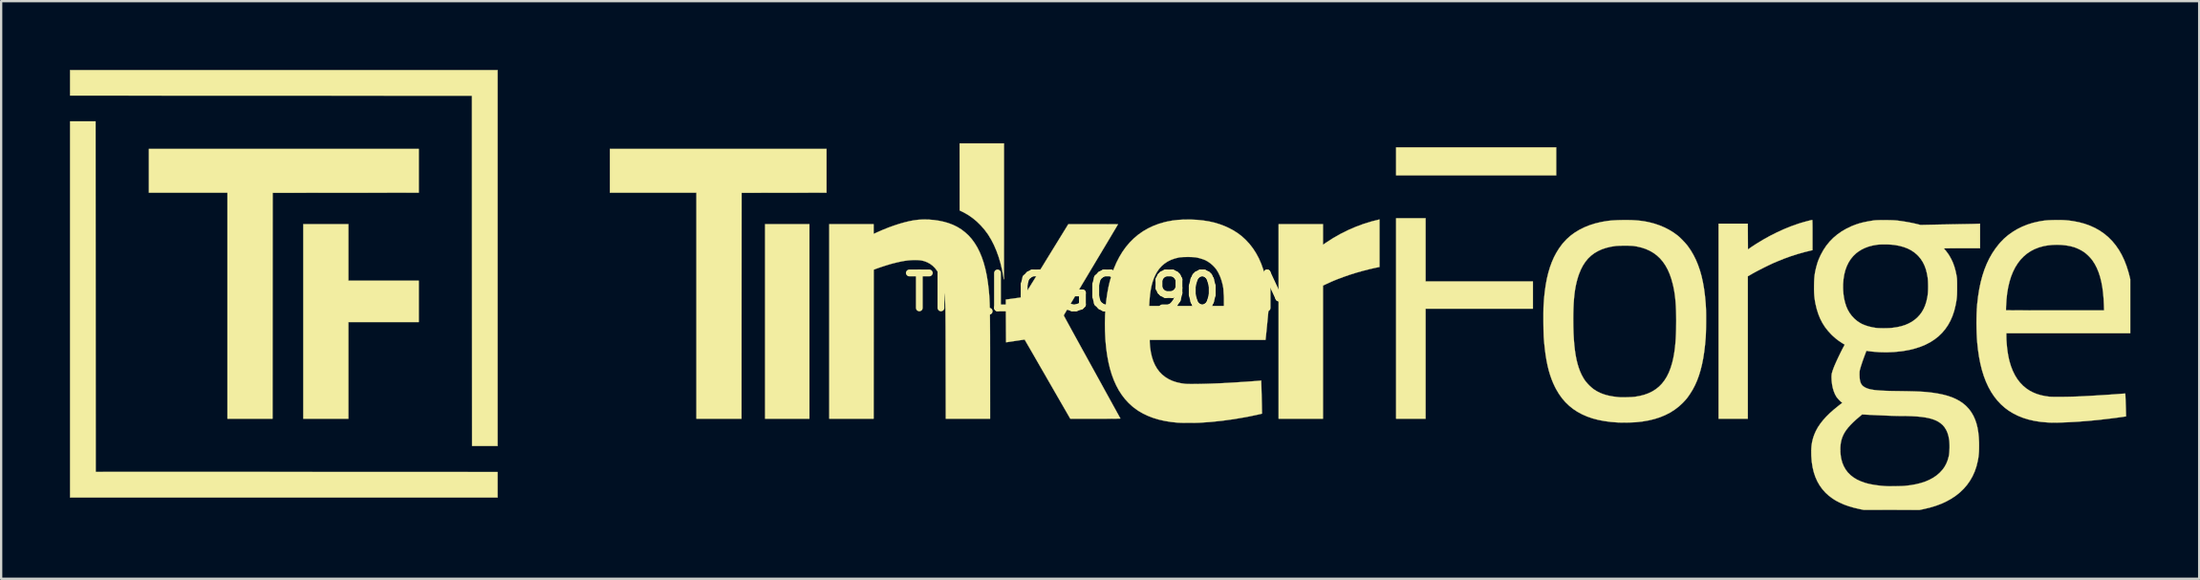
<source format=kicad_pcb>
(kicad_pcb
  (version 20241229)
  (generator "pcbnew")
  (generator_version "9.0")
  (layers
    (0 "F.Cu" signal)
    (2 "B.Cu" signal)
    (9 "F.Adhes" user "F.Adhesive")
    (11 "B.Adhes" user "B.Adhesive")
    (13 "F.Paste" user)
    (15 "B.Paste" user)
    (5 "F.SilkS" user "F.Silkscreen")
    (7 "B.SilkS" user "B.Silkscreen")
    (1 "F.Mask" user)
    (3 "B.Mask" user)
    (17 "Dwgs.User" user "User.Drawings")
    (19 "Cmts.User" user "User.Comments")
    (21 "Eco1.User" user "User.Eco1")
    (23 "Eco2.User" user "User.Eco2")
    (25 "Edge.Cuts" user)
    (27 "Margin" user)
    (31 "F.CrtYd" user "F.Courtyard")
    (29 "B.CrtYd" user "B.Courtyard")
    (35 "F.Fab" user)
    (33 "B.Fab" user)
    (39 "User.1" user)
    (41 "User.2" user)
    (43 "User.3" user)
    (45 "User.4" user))
  (footprint "TF_LOGO_90MM"
    (layer "F.Cu")
    (at 45.022 9.689)
    (property "Reference" "TF_LOGO_90MM" (at 0 0 0) (layer "F.SilkS") (effects (font (size 1.524 1.524) (thickness 0.3))))
    (attr through_hole)
    (fp_poly (pts (xy -12.776 5.523) (xy -14.71 5.523) (xy -14.71 -2.962) (xy -12.776 -2.962) (xy -12.776 5.523)) (stroke (width 0.01) (type solid)) (fill yes) (layer "F.SilkS"))
    (fp_poly (pts (xy 19.79 -5.091) (xy 12.808 -5.091) (xy 12.808 -6.312) (xy 19.79 -6.312) (xy 19.79 -5.091)) (stroke (width 0.01) (type solid)) (fill yes) (layer "F.SilkS"))
    (fp_poly (pts (xy -43.901 0.197) (xy -43.899 7.842) (xy -35.136 7.844) (xy -26.373 7.847) (xy -26.373 8.96) (xy -45.017 8.96) (xy -45.017 -7.447) (xy -43.904 -7.447) (xy -43.901 0.197)) (stroke (width 0.01) (type solid)) (fill yes) (layer "F.SilkS"))
    (fp_poly (pts (xy -32.879 -0.497) (xy -29.81 -0.497) (xy -29.81 1.308) (xy -32.879 1.308) (xy -32.879 5.523) (xy -34.847 5.523) (xy -34.847 -2.962) (xy -32.879 -2.962) (xy -32.879 -0.497)) (stroke (width 0.01) (type solid)) (fill yes) (layer "F.SilkS"))
    (fp_poly (pts (xy -26.373 6.712) (xy -27.486 6.712) (xy -27.489 -0.927) (xy -27.491 -8.566) (xy -36.254 -8.568) (xy -45.017 -8.571) (xy -45.017 -9.684) (xy -26.373 -9.684) (xy -26.373 6.712)) (stroke (width 0.01) (type solid)) (fill yes) (layer "F.SilkS"))
    (fp_poly (pts (xy 14.094 -0.465) (xy 18.774 -0.465) (xy 18.774 0.724) (xy 14.094 0.724) (xy 14.094 5.523) (xy 12.808 5.523) (xy 12.808 -3.221) (xy 14.094 -3.221) (xy 14.094 -0.465)) (stroke (width 0.01) (type solid)) (fill yes) (layer "F.SilkS"))
    (fp_poly (pts (xy -29.81 -4.334) (xy -32.996 -4.332) (xy -36.181 -4.329) (xy -36.184 0.597) (xy -36.187 5.523) (xy -38.154 5.523) (xy -38.154 -4.334) (xy -41.58 -4.334) (xy -41.58 -6.247) (xy -29.81 -6.247) (xy -29.81 -4.334)) (stroke (width 0.01) (type solid)) (fill yes) (layer "F.SilkS"))
    (fp_poly (pts (xy -12.03 -4.334) (xy -13.881 -4.332) (xy -15.732 -4.329) (xy -15.735 0.597) (xy -15.737 5.523) (xy -17.704 5.523) (xy -17.704 -4.334) (xy -21.477 -4.334) (xy -21.477 -6.247) (xy -12.03 -6.247) (xy -12.03 -4.334)) (stroke (width 0.01) (type solid)) (fill yes) (layer "F.SilkS"))
    (fp_poly (pts (xy 12.084 -1.095) (xy 11.914 -1.06) (xy 11.634 -0.997) (xy 11.35 -0.924) (xy 11.065 -0.843) (xy 10.784 -0.755) (xy 10.51 -0.66) (xy 10.246 -0.561) (xy 9.997 -0.458) (xy 9.774 -0.356) (xy 9.62 -0.283) (xy 9.62 5.523) (xy 7.685 5.523) (xy 7.685 -2.962) (xy 9.62 -2.962) (xy 9.62 -2.064) (xy 9.752 -2.155) (xy 10.06 -2.354) (xy 10.38 -2.536) (xy 10.711 -2.701) (xy 11.049 -2.847) (xy 11.393 -2.975) (xy 11.742 -3.082) (xy 12.06 -3.162) (xy 12.084 -3.167) (xy 12.084 -1.095)) (stroke (width 0.01) (type solid)) (fill yes) (layer "F.SilkS"))
    (fp_poly (pts (xy -4.291 -3.518) (xy -4.291 -3.266) (xy -4.291 -3.02) (xy -4.291 -2.781) (xy -4.291 -2.549) (xy -4.291 -2.325) (xy -4.291 -2.11) (xy -4.292 -1.906) (xy -4.292 -1.712) (xy -4.292 -1.53) (xy -4.292 -1.361) (xy -4.292 -1.205) (xy -4.293 -1.064) (xy -4.293 -0.938) (xy -4.293 -0.828) (xy -4.293 -0.735) (xy -4.294 -0.66) (xy -4.294 -0.604) (xy -4.294 -0.568) (xy -4.295 -0.552) (xy -4.295 -0.551) (xy -4.298 -0.561) (xy -4.304 -0.588) (xy -4.311 -0.628) (xy -4.317 -0.667) (xy -4.374 -0.971) (xy -4.443 -1.261) (xy -4.525 -1.539) (xy -4.62 -1.801) (xy -4.726 -2.048) (xy -4.843 -2.278) (xy -4.972 -2.491) (xy -4.997 -2.529) (xy -5.14 -2.721) (xy -5.297 -2.901) (xy -5.465 -3.067) (xy -5.644 -3.217) (xy -5.831 -3.35) (xy -6.025 -3.463) (xy -6.087 -3.494) (xy -6.224 -3.561) (xy -6.226 -6.485) (xy -4.291 -6.485) (xy -4.291 -3.518)) (stroke (width 0.01) (type solid)) (fill yes) (layer "F.SilkS"))
    (fp_poly (pts (xy 30.955 -3.142) (xy 30.958 -3.13) (xy 30.96 -3.109) (xy 30.962 -3.076) (xy 30.963 -3.032) (xy 30.964 -2.973) (xy 30.965 -2.9) (xy 30.966 -2.809) (xy 30.966 -2.701) (xy 30.966 -2.574) (xy 30.966 -2.487) (xy 30.966 -1.829) (xy 30.91 -1.816) (xy 30.602 -1.74) (xy 30.304 -1.656) (xy 30.01 -1.561) (xy 29.716 -1.454) (xy 29.415 -1.332) (xy 29.269 -1.27) (xy 29.191 -1.234) (xy 29.1 -1.191) (xy 28.998 -1.142) (xy 28.89 -1.089) (xy 28.779 -1.033) (xy 28.669 -0.977) (xy 28.564 -0.923) (xy 28.467 -0.871) (xy 28.383 -0.825) (xy 28.314 -0.786) (xy 28.31 -0.784) (xy 28.145 -0.688) (xy 28.145 5.523) (xy 26.87 5.523) (xy 26.87 -2.983) (xy 28.145 -2.983) (xy 28.148 -2.421) (xy 28.151 -1.859) (xy 28.243 -1.925) (xy 28.282 -1.952) (xy 28.335 -1.987) (xy 28.396 -2.028) (xy 28.461 -2.07) (xy 28.518 -2.107) (xy 28.812 -2.285) (xy 29.112 -2.452) (xy 29.416 -2.605) (xy 29.721 -2.744) (xy 30.023 -2.867) (xy 30.319 -2.972) (xy 30.437 -3.01) (xy 30.496 -3.027) (xy 30.562 -3.046) (xy 30.632 -3.066) (xy 30.703 -3.085) (xy 30.771 -3.103) (xy 30.834 -3.119) (xy 30.886 -3.132) (xy 30.926 -3.141) (xy 30.95 -3.145) (xy 30.952 -3.145) (xy 30.955 -3.142)) (stroke (width 0.01) (type solid)) (fill yes) (layer "F.SilkS"))
    (fp_poly (pts (xy -7.571 -3.162) (xy -7.342 -3.143) (xy -7.117 -3.11) (xy -6.899 -3.063) (xy -6.712 -3.008) (xy -6.512 -2.932) (xy -6.324 -2.84) (xy -6.149 -2.732) (xy -5.986 -2.607) (xy -5.834 -2.467) (xy -5.695 -2.31) (xy -5.568 -2.136) (xy -5.452 -1.945) (xy -5.348 -1.736) (xy -5.255 -1.511) (xy -5.173 -1.267) (xy -5.103 -1.006) (xy -5.043 -0.726) (xy -4.995 -0.428) (xy -4.957 -0.111) (xy -4.957 -0.108) (xy -4.95 -0.043) (xy -4.945 0.021) (xy -4.939 0.086) (xy -4.934 0.152) (xy -4.93 0.22) (xy -4.925 0.292) (xy -4.922 0.368) (xy -4.918 0.449) (xy -4.915 0.536) (xy -4.912 0.63) (xy -4.91 0.732) (xy -4.907 0.843) (xy -4.905 0.964) (xy -4.904 1.095) (xy -4.902 1.238) (xy -4.901 1.394) (xy -4.9 1.564) (xy -4.899 1.748) (xy -4.898 1.947) (xy -4.898 2.163) (xy -4.897 2.397) (xy -4.897 2.648) (xy -4.897 2.919) (xy -4.897 3.21) (xy -4.897 3.37) (xy -4.896 5.523) (xy -6.829 5.523) (xy -6.834 3.072) (xy -6.835 2.796) (xy -6.835 2.539) (xy -6.836 2.303) (xy -6.836 2.086) (xy -6.837 1.886) (xy -6.837 1.703) (xy -6.838 1.536) (xy -6.839 1.385) (xy -6.84 1.247) (xy -6.841 1.122) (xy -6.842 1.01) (xy -6.843 0.909) (xy -6.844 0.818) (xy -6.845 0.737) (xy -6.847 0.664) (xy -6.849 0.599) (xy -6.851 0.54) (xy -6.853 0.487) (xy -6.856 0.438) (xy -6.858 0.394) (xy -6.861 0.352) (xy -6.865 0.312) (xy -6.868 0.273) (xy -6.872 0.234) (xy -6.876 0.194) (xy -6.88 0.157) (xy -6.911 -0.071) (xy -6.951 -0.28) (xy -7 -0.47) (xy -7.06 -0.642) (xy -7.13 -0.795) (xy -7.21 -0.93) (xy -7.3 -1.048) (xy -7.401 -1.148) (xy -7.513 -1.232) (xy -7.636 -1.299) (xy -7.734 -1.338) (xy -7.817 -1.363) (xy -7.902 -1.381) (xy -7.994 -1.392) (xy -8.098 -1.398) (xy -8.177 -1.399) (xy -8.317 -1.395) (xy -8.462 -1.383) (xy -8.615 -1.363) (xy -8.778 -1.334) (xy -8.953 -1.295) (xy -9.144 -1.248) (xy -9.207 -1.231) (xy -9.267 -1.214) (xy -9.341 -1.191) (xy -9.426 -1.165) (xy -9.517 -1.136) (xy -9.609 -1.106) (xy -9.698 -1.076) (xy -9.78 -1.048) (xy -9.85 -1.023) (xy -9.904 -1.003) (xy -9.906 -1.002) (xy -9.971 -0.977) (xy -9.976 5.523) (xy -11.911 5.523) (xy -11.911 -2.962) (xy -9.976 -2.962) (xy -9.976 -2.751) (xy -9.976 -2.686) (xy -9.975 -2.629) (xy -9.975 -2.584) (xy -9.973 -2.553) (xy -9.972 -2.54) (xy -9.972 -2.54) (xy -9.961 -2.544) (xy -9.934 -2.556) (xy -9.895 -2.574) (xy -9.846 -2.596) (xy -9.813 -2.611) (xy -9.577 -2.715) (xy -9.338 -2.811) (xy -9.1 -2.897) (xy -8.865 -2.974) (xy -8.637 -3.039) (xy -8.419 -3.092) (xy -8.231 -3.128) (xy -8.019 -3.155) (xy -7.798 -3.166) (xy -7.571 -3.162)) (stroke (width 0.01) (type solid)) (fill yes) (layer "F.SilkS"))
    (fp_poly (pts (xy -0.252 -2.961) (xy -0.107 -2.961) (xy 0.03 -2.961) (xy 0.158 -2.961) (xy 0.276 -2.96) (xy 0.381 -2.96) (xy 0.473 -2.959) (xy 0.55 -2.959) (xy 0.61 -2.958) (xy 0.653 -2.957) (xy 0.677 -2.957) (xy 0.681 -2.956) (xy 0.675 -2.946) (xy 0.659 -2.919) (xy 0.633 -2.875) (xy 0.598 -2.815) (xy 0.553 -2.739) (xy 0.499 -2.65) (xy 0.438 -2.547) (xy 0.369 -2.431) (xy 0.293 -2.304) (xy 0.211 -2.166) (xy 0.122 -2.017) (xy 0.028 -1.86) (xy -0.071 -1.694) (xy -0.175 -1.521) (xy -0.282 -1.342) (xy -0.393 -1.156) (xy -0.503 -0.973) (xy -0.616 -0.783) (xy -0.727 -0.597) (xy -0.835 -0.418) (xy -0.938 -0.244) (xy -1.037 -0.079) (xy -1.131 0.079) (xy -1.219 0.227) (xy -1.301 0.365) (xy -1.377 0.492) (xy -1.446 0.608) (xy -1.507 0.711) (xy -1.56 0.8) (xy -1.604 0.876) (xy -1.64 0.936) (xy -1.665 0.98) (xy -1.681 1.007) (xy -1.686 1.017) (xy -1.681 1.027) (xy -1.666 1.056) (xy -1.642 1.101) (xy -1.609 1.162) (xy -1.568 1.238) (xy -1.519 1.327) (xy -1.464 1.428) (xy -1.402 1.541) (xy -1.335 1.665) (xy -1.262 1.797) (xy -1.185 1.938) (xy -1.104 2.085) (xy -1.019 2.239) (xy -0.95 2.365) (xy -0.852 2.543) (xy -0.749 2.729) (xy -0.644 2.92) (xy -0.537 3.115) (xy -0.429 3.31) (xy -0.322 3.504) (xy -0.217 3.695) (xy -0.115 3.88) (xy -0.018 4.056) (xy 0.073 4.222) (xy 0.158 4.376) (xy 0.234 4.514) (xy 0.284 4.604) (xy 0.355 4.734) (xy 0.423 4.857) (xy 0.488 4.975) (xy 0.548 5.084) (xy 0.603 5.183) (xy 0.652 5.273) (xy 0.695 5.35) (xy 0.73 5.414) (xy 0.757 5.464) (xy 0.776 5.497) (xy 0.785 5.514) (xy 0.786 5.515) (xy 0.776 5.516) (xy 0.746 5.517) (xy 0.697 5.518) (xy 0.631 5.519) (xy 0.548 5.52) (xy 0.452 5.521) (xy 0.342 5.522) (xy 0.221 5.522) (xy 0.09 5.523) (xy -0.05 5.523) (xy -0.198 5.523) (xy -0.305 5.523) (xy -1.4 5.523) (xy -2.393 3.8) (xy -2.495 3.621) (xy -2.595 3.448) (xy -2.692 3.281) (xy -2.784 3.121) (xy -2.872 2.968) (xy -2.955 2.824) (xy -3.032 2.69) (xy -3.103 2.567) (xy -3.168 2.455) (xy -3.225 2.356) (xy -3.275 2.27) (xy -3.317 2.198) (xy -3.349 2.142) (xy -3.373 2.101) (xy -3.386 2.078) (xy -3.389 2.072) (xy -3.401 2.073) (xy -3.431 2.077) (xy -3.478 2.083) (xy -3.539 2.092) (xy -3.612 2.102) (xy -3.694 2.115) (xy -3.784 2.128) (xy -3.796 2.13) (xy -3.887 2.144) (xy -3.97 2.156) (xy -4.044 2.167) (xy -4.107 2.177) (xy -4.155 2.184) (xy -4.187 2.188) (xy -4.2 2.19) (xy -4.201 2.19) (xy -4.201 2.179) (xy -4.201 2.148) (xy -4.202 2.099) (xy -4.202 2.033) (xy -4.203 1.951) (xy -4.203 1.856) (xy -4.204 1.748) (xy -4.205 1.63) (xy -4.205 1.503) (xy -4.206 1.368) (xy -4.207 1.258) (xy -4.211 0.327) (xy -3.843 0.276) (xy -3.756 0.264) (xy -3.675 0.253) (xy -3.603 0.242) (xy -3.542 0.234) (xy -3.496 0.227) (xy -3.467 0.222) (xy -3.457 0.22) (xy -3.45 0.211) (xy -3.431 0.184) (xy -3.403 0.14) (xy -3.365 0.081) (xy -3.318 0.007) (xy -3.263 -0.081) (xy -3.2 -0.181) (xy -3.13 -0.293) (xy -3.054 -0.416) (xy -2.971 -0.549) (xy -2.883 -0.691) (xy -2.79 -0.841) (xy -2.693 -0.999) (xy -2.592 -1.162) (xy -2.489 -1.331) (xy -2.463 -1.373) (xy -1.486 -2.961) (xy -0.403 -2.961) (xy -0.252 -2.961)) (stroke (width 0.01) (type solid)) (fill yes) (layer "F.SilkS"))
    (fp_poly (pts (xy 3.848 -3.163) (xy 4.128 -3.15) (xy 4.393 -3.123) (xy 4.643 -3.084) (xy 4.882 -3.03) (xy 5.109 -2.962) (xy 5.328 -2.88) (xy 5.518 -2.794) (xy 5.715 -2.689) (xy 5.896 -2.574) (xy 6.064 -2.447) (xy 6.222 -2.305) (xy 6.258 -2.27) (xy 6.421 -2.093) (xy 6.568 -1.902) (xy 6.701 -1.696) (xy 6.82 -1.476) (xy 6.924 -1.24) (xy 7.013 -0.99) (xy 7.089 -0.724) (xy 7.15 -0.443) (xy 7.196 -0.145) (xy 7.229 0.168) (xy 7.247 0.486) (xy 7.249 0.528) (xy 7.25 0.566) (xy 7.25 0.603) (xy 7.25 0.64) (xy 7.248 0.68) (xy 7.246 0.725) (xy 7.243 0.776) (xy 7.238 0.837) (xy 7.232 0.908) (xy 7.224 0.993) (xy 7.215 1.092) (xy 7.203 1.209) (xy 7.19 1.344) (xy 7.188 1.362) (xy 7.177 1.481) (xy 7.165 1.594) (xy 7.155 1.7) (xy 7.145 1.795) (xy 7.137 1.879) (xy 7.129 1.95) (xy 7.123 2.005) (xy 7.119 2.042) (xy 7.117 2.061) (xy 7.117 2.062) (xy 7.112 2.086) (xy 2.064 2.086) (xy 2.065 2.17) (xy 2.066 2.213) (xy 2.069 2.271) (xy 2.074 2.336) (xy 2.08 2.4) (xy 2.08 2.402) (xy 2.112 2.621) (xy 2.158 2.824) (xy 2.218 3.01) (xy 2.293 3.181) (xy 2.383 3.336) (xy 2.487 3.475) (xy 2.606 3.598) (xy 2.739 3.705) (xy 2.887 3.796) (xy 3.05 3.872) (xy 3.228 3.931) (xy 3.42 3.975) (xy 3.594 4) (xy 3.653 4.005) (xy 3.731 4.008) (xy 3.828 4.01) (xy 3.942 4.01) (xy 4.069 4.009) (xy 4.21 4.007) (xy 4.362 4.004) (xy 4.523 4) (xy 4.692 3.995) (xy 4.867 3.988) (xy 5.047 3.981) (xy 5.228 3.973) (xy 5.411 3.963) (xy 5.545 3.956) (xy 5.641 3.95) (xy 5.747 3.944) (xy 5.859 3.937) (xy 5.975 3.929) (xy 6.093 3.921) (xy 6.211 3.914) (xy 6.327 3.906) (xy 6.437 3.898) (xy 6.541 3.891) (xy 6.635 3.884) (xy 6.718 3.878) (xy 6.787 3.872) (xy 6.839 3.868) (xy 6.874 3.865) (xy 6.881 3.864) (xy 6.925 3.858) (xy 6.932 4.072) (xy 6.935 4.152) (xy 6.937 4.242) (xy 6.94 4.34) (xy 6.943 4.443) (xy 6.945 4.549) (xy 6.948 4.656) (xy 6.95 4.762) (xy 6.953 4.865) (xy 6.955 4.961) (xy 6.956 5.05) (xy 6.958 5.129) (xy 6.959 5.196) (xy 6.959 5.248) (xy 6.96 5.284) (xy 6.959 5.3) (xy 6.959 5.301) (xy 6.947 5.306) (xy 6.916 5.313) (xy 6.87 5.324) (xy 6.811 5.337) (xy 6.742 5.353) (xy 6.666 5.369) (xy 6.586 5.386) (xy 6.504 5.403) (xy 6.423 5.42) (xy 6.347 5.435) (xy 6.278 5.448) (xy 6.231 5.457) (xy 5.72 5.544) (xy 5.222 5.612) (xy 4.735 5.663) (xy 4.264 5.696) (xy 4.187 5.699) (xy 4.095 5.702) (xy 3.994 5.704) (xy 3.885 5.705) (xy 3.775 5.705) (xy 3.665 5.705) (xy 3.56 5.704) (xy 3.464 5.702) (xy 3.38 5.699) (xy 3.313 5.696) (xy 3.291 5.695) (xy 2.997 5.665) (xy 2.719 5.62) (xy 2.457 5.56) (xy 2.21 5.486) (xy 1.978 5.396) (xy 1.761 5.292) (xy 1.558 5.173) (xy 1.371 5.038) (xy 1.308 4.987) (xy 1.141 4.833) (xy 0.987 4.666) (xy 0.847 4.483) (xy 0.718 4.285) (xy 0.603 4.071) (xy 0.5 3.841) (xy 0.409 3.595) (xy 0.33 3.332) (xy 0.264 3.053) (xy 0.209 2.756) (xy 0.166 2.441) (xy 0.135 2.109) (xy 0.13 2.037) (xy 0.114 1.696) (xy 0.11 1.357) (xy 0.117 1.023) (xy 0.137 0.696) (xy 0.146 0.605) (xy 2.04 0.605) (xy 5.332 0.605) (xy 5.325 0.376) (xy 5.312 0.128) (xy 5.286 -0.102) (xy 5.247 -0.315) (xy 5.195 -0.511) (xy 5.13 -0.69) (xy 5.052 -0.853) (xy 4.98 -0.973) (xy 4.905 -1.069) (xy 4.814 -1.164) (xy 4.713 -1.251) (xy 4.605 -1.327) (xy 4.498 -1.387) (xy 4.483 -1.394) (xy 4.413 -1.422) (xy 4.329 -1.45) (xy 4.239 -1.477) (xy 4.15 -1.499) (xy 4.096 -1.51) (xy 4.04 -1.518) (xy 3.966 -1.524) (xy 3.881 -1.528) (xy 3.788 -1.53) (xy 3.691 -1.53) (xy 3.596 -1.529) (xy 3.507 -1.526) (xy 3.428 -1.52) (xy 3.365 -1.514) (xy 3.343 -1.51) (xy 3.162 -1.466) (xy 2.995 -1.407) (xy 2.844 -1.332) (xy 2.706 -1.24) (xy 2.582 -1.132) (xy 2.471 -1.008) (xy 2.374 -0.866) (xy 2.311 -0.752) (xy 2.245 -0.607) (xy 2.19 -0.449) (xy 2.143 -0.277) (xy 2.106 -0.09) (xy 2.076 0.114) (xy 2.056 0.336) (xy 2.048 0.462) (xy 2.04 0.605) (xy 0.146 0.605) (xy 0.168 0.378) (xy 0.211 0.073) (xy 0.265 -0.219) (xy 0.319 -0.45) (xy 0.403 -0.745) (xy 0.502 -1.024) (xy 0.613 -1.286) (xy 0.739 -1.531) (xy 0.877 -1.76) (xy 1.029 -1.971) (xy 1.194 -2.166) (xy 1.373 -2.344) (xy 1.564 -2.505) (xy 1.769 -2.649) (xy 1.986 -2.775) (xy 2.216 -2.885) (xy 2.459 -2.977) (xy 2.715 -3.051) (xy 2.81 -3.073) (xy 3.046 -3.118) (xy 3.292 -3.147) (xy 3.551 -3.163) (xy 3.824 -3.164) (xy 3.848 -3.163)) (stroke (width 0.01) (type solid)) (fill yes) (layer "F.SilkS"))
    (fp_poly (pts (xy 41.801 -3.143) (xy 41.917 -3.139) (xy 42.026 -3.132) (xy 42.134 -3.122) (xy 42.245 -3.107) (xy 42.324 -3.096) (xy 42.586 -3.046) (xy 42.834 -2.979) (xy 43.068 -2.895) (xy 43.289 -2.794) (xy 43.496 -2.677) (xy 43.69 -2.542) (xy 43.87 -2.391) (xy 44.036 -2.224) (xy 44.188 -2.04) (xy 44.327 -1.839) (xy 44.452 -1.621) (xy 44.563 -1.387) (xy 44.66 -1.136) (xy 44.744 -0.869) (xy 44.774 -0.755) (xy 44.823 -0.56) (xy 44.823 1.794) (xy 39.419 1.794) (xy 39.419 1.907) (xy 39.422 2.074) (xy 39.434 2.25) (xy 39.451 2.431) (xy 39.474 2.609) (xy 39.503 2.781) (xy 39.536 2.939) (xy 39.553 3.01) (xy 39.62 3.232) (xy 39.7 3.437) (xy 39.792 3.624) (xy 39.898 3.795) (xy 40.017 3.948) (xy 40.149 4.086) (xy 40.295 4.207) (xy 40.429 4.296) (xy 40.579 4.375) (xy 40.744 4.443) (xy 40.923 4.497) (xy 41.114 4.537) (xy 41.294 4.562) (xy 41.338 4.565) (xy 41.4 4.567) (xy 41.479 4.569) (xy 41.572 4.57) (xy 41.676 4.57) (xy 41.789 4.57) (xy 41.907 4.569) (xy 42.029 4.567) (xy 42.151 4.565) (xy 42.272 4.562) (xy 42.388 4.559) (xy 42.497 4.555) (xy 42.596 4.551) (xy 42.607 4.551) (xy 42.856 4.538) (xy 43.11 4.524) (xy 43.366 4.509) (xy 43.618 4.494) (xy 43.862 4.478) (xy 44.094 4.462) (xy 44.31 4.446) (xy 44.347 4.443) (xy 44.419 4.437) (xy 44.483 4.433) (xy 44.537 4.429) (xy 44.577 4.427) (xy 44.6 4.426) (xy 44.605 4.427) (xy 44.606 4.438) (xy 44.608 4.468) (xy 44.611 4.515) (xy 44.613 4.575) (xy 44.616 4.647) (xy 44.619 4.727) (xy 44.622 4.812) (xy 44.625 4.902) (xy 44.628 4.991) (xy 44.631 5.079) (xy 44.633 5.162) (xy 44.635 5.238) (xy 44.637 5.304) (xy 44.638 5.357) (xy 44.639 5.396) (xy 44.639 5.416) (xy 44.638 5.419) (xy 44.626 5.422) (xy 44.594 5.428) (xy 44.546 5.435) (xy 44.483 5.445) (xy 44.407 5.455) (xy 44.322 5.467) (xy 44.228 5.48) (xy 44.129 5.493) (xy 44.027 5.506) (xy 43.937 5.517) (xy 43.448 5.574) (xy 42.977 5.619) (xy 42.521 5.654) (xy 42.079 5.678) (xy 41.899 5.685) (xy 41.777 5.689) (xy 41.673 5.692) (xy 41.582 5.693) (xy 41.503 5.694) (xy 41.429 5.693) (xy 41.358 5.692) (xy 41.287 5.689) (xy 41.211 5.685) (xy 41.197 5.684) (xy 40.918 5.66) (xy 40.653 5.619) (xy 40.4 5.562) (xy 40.16 5.489) (xy 39.934 5.399) (xy 39.722 5.294) (xy 39.524 5.173) (xy 39.359 5.051) (xy 39.19 4.901) (xy 39.033 4.736) (xy 38.889 4.554) (xy 38.757 4.356) (xy 38.638 4.141) (xy 38.531 3.91) (xy 38.437 3.662) (xy 38.355 3.397) (xy 38.285 3.114) (xy 38.227 2.814) (xy 38.181 2.496) (xy 38.149 2.192) (xy 38.135 1.997) (xy 38.125 1.79) (xy 38.119 1.575) (xy 38.116 1.357) (xy 38.118 1.141) (xy 38.123 0.931) (xy 38.131 0.778) (xy 39.404 0.778) (xy 39.405 0.792) (xy 39.405 0.792) (xy 39.416 0.793) (xy 39.448 0.793) (xy 39.499 0.794) (xy 39.569 0.795) (xy 39.656 0.796) (xy 39.759 0.796) (xy 39.879 0.797) (xy 40.012 0.797) (xy 40.159 0.798) (xy 40.318 0.798) (xy 40.488 0.799) (xy 40.669 0.799) (xy 40.859 0.799) (xy 41.057 0.8) (xy 41.263 0.8) (xy 41.474 0.8) (xy 41.545 0.8) (xy 43.681 0.8) (xy 43.674 0.57) (xy 43.66 0.285) (xy 43.636 0.018) (xy 43.603 -0.23) (xy 43.559 -0.46) (xy 43.505 -0.674) (xy 43.44 -0.871) (xy 43.365 -1.052) (xy 43.279 -1.219) (xy 43.182 -1.37) (xy 43.166 -1.393) (xy 43.106 -1.467) (xy 43.034 -1.546) (xy 42.955 -1.623) (xy 42.875 -1.693) (xy 42.829 -1.729) (xy 42.759 -1.776) (xy 42.676 -1.825) (xy 42.585 -1.872) (xy 42.492 -1.914) (xy 42.406 -1.948) (xy 42.381 -1.957) (xy 42.207 -2.004) (xy 42.02 -2.037) (xy 41.825 -2.058) (xy 41.624 -2.065) (xy 41.424 -2.058) (xy 41.227 -2.037) (xy 41.041 -2.004) (xy 40.842 -1.949) (xy 40.656 -1.877) (xy 40.483 -1.787) (xy 40.322 -1.68) (xy 40.174 -1.555) (xy 40.038 -1.414) (xy 39.916 -1.255) (xy 39.806 -1.08) (xy 39.71 -0.888) (xy 39.626 -0.679) (xy 39.556 -0.454) (xy 39.499 -0.213) (xy 39.455 0.045) (xy 39.425 0.319) (xy 39.409 0.578) (xy 39.406 0.643) (xy 39.405 0.7) (xy 39.404 0.746) (xy 39.404 0.778) (xy 38.131 0.778) (xy 38.133 0.733) (xy 38.146 0.55) (xy 38.149 0.519) (xy 38.188 0.185) (xy 38.238 -0.131) (xy 38.301 -0.431) (xy 38.376 -0.714) (xy 38.464 -0.981) (xy 38.565 -1.234) (xy 38.679 -1.472) (xy 38.807 -1.696) (xy 38.949 -1.906) (xy 39.104 -2.104) (xy 39.154 -2.162) (xy 39.315 -2.328) (xy 39.493 -2.481) (xy 39.686 -2.62) (xy 39.891 -2.744) (xy 40.109 -2.852) (xy 40.337 -2.944) (xy 40.574 -3.019) (xy 40.791 -3.069) (xy 40.893 -3.089) (xy 40.986 -3.105) (xy 41.073 -3.117) (xy 41.161 -3.126) (xy 41.252 -3.133) (xy 41.354 -3.138) (xy 41.469 -3.141) (xy 41.53 -3.142) (xy 41.674 -3.144) (xy 41.801 -3.143)) (stroke (width 0.01) (type solid)) (fill yes) (layer "F.SilkS"))
    (fp_poly (pts (xy 23.089 -3.139) (xy 23.275 -3.128) (xy 23.45 -3.112) (xy 23.617 -3.089) (xy 23.779 -3.059) (xy 23.939 -3.021) (xy 24.061 -2.988) (xy 24.282 -2.915) (xy 24.498 -2.825) (xy 24.704 -2.721) (xy 24.898 -2.603) (xy 25.077 -2.473) (xy 25.092 -2.461) (xy 25.149 -2.412) (xy 25.216 -2.349) (xy 25.287 -2.279) (xy 25.358 -2.204) (xy 25.425 -2.131) (xy 25.484 -2.062) (xy 25.526 -2.01) (xy 25.656 -1.823) (xy 25.773 -1.624) (xy 25.879 -1.413) (xy 25.973 -1.188) (xy 26.056 -0.949) (xy 26.128 -0.695) (xy 26.188 -0.425) (xy 26.238 -0.139) (xy 26.277 0.165) (xy 26.307 0.486) (xy 26.32 0.703) (xy 26.323 0.783) (xy 26.325 0.881) (xy 26.327 0.992) (xy 26.327 1.114) (xy 26.327 1.242) (xy 26.326 1.373) (xy 26.324 1.502) (xy 26.322 1.627) (xy 26.319 1.744) (xy 26.315 1.849) (xy 26.311 1.938) (xy 26.308 1.983) (xy 26.28 2.304) (xy 26.244 2.606) (xy 26.2 2.889) (xy 26.147 3.154) (xy 26.085 3.403) (xy 26.014 3.637) (xy 25.934 3.855) (xy 25.844 4.059) (xy 25.744 4.25) (xy 25.634 4.428) (xy 25.632 4.431) (xy 25.57 4.522) (xy 25.514 4.6) (xy 25.458 4.67) (xy 25.398 4.738) (xy 25.33 4.81) (xy 25.311 4.83) (xy 25.142 4.987) (xy 24.958 5.128) (xy 24.761 5.254) (xy 24.548 5.363) (xy 24.321 5.457) (xy 24.08 5.535) (xy 23.823 5.597) (xy 23.552 5.644) (xy 23.281 5.674) (xy 23.197 5.679) (xy 23.097 5.684) (xy 22.987 5.687) (xy 22.87 5.69) (xy 22.754 5.691) (xy 22.643 5.69) (xy 22.543 5.688) (xy 22.459 5.685) (xy 22.457 5.685) (xy 22.161 5.662) (xy 21.881 5.624) (xy 21.617 5.573) (xy 21.369 5.507) (xy 21.136 5.426) (xy 20.918 5.331) (xy 20.715 5.221) (xy 20.527 5.097) (xy 20.352 4.956) (xy 20.191 4.801) (xy 20.044 4.63) (xy 19.91 4.443) (xy 19.789 4.24) (xy 19.738 4.142) (xy 19.658 3.973) (xy 19.587 3.797) (xy 19.523 3.612) (xy 19.465 3.417) (xy 19.414 3.21) (xy 19.369 2.989) (xy 19.33 2.753) (xy 19.297 2.5) (xy 19.268 2.229) (xy 19.249 2.005) (xy 19.245 1.94) (xy 19.242 1.857) (xy 19.239 1.759) (xy 19.236 1.649) (xy 19.234 1.529) (xy 19.232 1.404) (xy 19.231 1.277) (xy 19.231 1.202) (xy 20.533 1.202) (xy 20.533 1.205) (xy 20.536 1.51) (xy 20.544 1.794) (xy 20.559 2.06) (xy 20.579 2.307) (xy 20.605 2.537) (xy 20.637 2.751) (xy 20.675 2.949) (xy 20.721 3.133) (xy 20.773 3.303) (xy 20.831 3.46) (xy 20.897 3.606) (xy 20.971 3.741) (xy 21.024 3.826) (xy 21.083 3.906) (xy 21.155 3.99) (xy 21.235 4.074) (xy 21.32 4.152) (xy 21.403 4.221) (xy 21.463 4.263) (xy 21.579 4.334) (xy 21.699 4.394) (xy 21.826 4.445) (xy 21.961 4.488) (xy 22.108 4.524) (xy 22.269 4.553) (xy 22.447 4.576) (xy 22.568 4.587) (xy 22.611 4.589) (xy 22.671 4.59) (xy 22.744 4.59) (xy 22.826 4.588) (xy 22.911 4.586) (xy 22.995 4.582) (xy 23.075 4.579) (xy 23.145 4.574) (xy 23.202 4.569) (xy 23.227 4.566) (xy 23.438 4.529) (xy 23.634 4.478) (xy 23.816 4.412) (xy 23.983 4.331) (xy 24.136 4.234) (xy 24.275 4.122) (xy 24.401 3.993) (xy 24.514 3.847) (xy 24.615 3.685) (xy 24.704 3.505) (xy 24.78 3.308) (xy 24.846 3.092) (xy 24.892 2.9) (xy 24.922 2.743) (xy 24.948 2.581) (xy 24.97 2.41) (xy 24.988 2.23) (xy 25.002 2.038) (xy 25.012 1.832) (xy 25.019 1.61) (xy 25.022 1.369) (xy 25.023 1.248) (xy 25.021 1.014) (xy 25.016 0.798) (xy 25.007 0.599) (xy 24.994 0.414) (xy 24.977 0.24) (xy 24.956 0.074) (xy 24.93 -0.085) (xy 24.899 -0.24) (xy 24.876 -0.34) (xy 24.812 -0.574) (xy 24.737 -0.788) (xy 24.65 -0.985) (xy 24.551 -1.164) (xy 24.44 -1.326) (xy 24.316 -1.471) (xy 24.18 -1.598) (xy 24.03 -1.709) (xy 23.867 -1.803) (xy 23.691 -1.882) (xy 23.5 -1.944) (xy 23.296 -1.991) (xy 23.163 -2.012) (xy 23.111 -2.017) (xy 23.042 -2.021) (xy 22.959 -2.024) (xy 22.869 -2.026) (xy 22.773 -2.026) (xy 22.678 -2.025) (xy 22.587 -2.023) (xy 22.504 -2.02) (xy 22.434 -2.016) (xy 22.39 -2.012) (xy 22.171 -1.978) (xy 21.967 -1.929) (xy 21.78 -1.866) (xy 21.608 -1.788) (xy 21.45 -1.695) (xy 21.307 -1.586) (xy 21.177 -1.461) (xy 21.061 -1.319) (xy 20.957 -1.161) (xy 20.866 -0.985) (xy 20.787 -0.792) (xy 20.759 -0.713) (xy 20.713 -0.564) (xy 20.673 -0.411) (xy 20.638 -0.251) (xy 20.609 -0.083) (xy 20.585 0.095) (xy 20.566 0.285) (xy 20.551 0.489) (xy 20.541 0.709) (xy 20.535 0.946) (xy 20.533 1.202) (xy 19.231 1.202) (xy 19.231 1.149) (xy 19.231 1.026) (xy 19.231 0.909) (xy 19.233 0.803) (xy 19.234 0.709) (xy 19.237 0.632) (xy 19.238 0.611) (xy 19.26 0.284) (xy 19.292 -0.024) (xy 19.333 -0.314) (xy 19.384 -0.586) (xy 19.446 -0.843) (xy 19.517 -1.083) (xy 19.599 -1.308) (xy 19.692 -1.52) (xy 19.797 -1.718) (xy 19.912 -1.903) (xy 20.039 -2.077) (xy 20.09 -2.14) (xy 20.242 -2.304) (xy 20.41 -2.455) (xy 20.594 -2.591) (xy 20.793 -2.713) (xy 21.007 -2.821) (xy 21.235 -2.913) (xy 21.476 -2.99) (xy 21.73 -3.052) (xy 21.822 -3.069) (xy 21.932 -3.088) (xy 22.037 -3.104) (xy 22.14 -3.116) (xy 22.247 -3.125) (xy 22.362 -3.132) (xy 22.488 -3.138) (xy 22.631 -3.141) (xy 22.671 -3.142) (xy 22.889 -3.143) (xy 23.089 -3.139)) (stroke (width 0.01) (type solid)) (fill yes) (layer "F.SilkS"))
    (fp_poly (pts (xy 34.158 -3.14) (xy 34.264 -3.139) (xy 34.368 -3.137) (xy 34.465 -3.134) (xy 34.551 -3.129) (xy 34.623 -3.124) (xy 34.663 -3.12) (xy 34.842 -3.096) (xy 35.021 -3.068) (xy 35.196 -3.037) (xy 35.361 -3.004) (xy 35.512 -2.969) (xy 35.566 -2.956) (xy 35.672 -2.928) (xy 36.494 -2.945) (xy 36.636 -2.948) (xy 36.781 -2.95) (xy 36.925 -2.953) (xy 37.065 -2.956) (xy 37.199 -2.958) (xy 37.324 -2.961) (xy 37.438 -2.963) (xy 37.537 -2.965) (xy 37.619 -2.966) (xy 37.662 -2.967) (xy 37.754 -2.969) (xy 37.846 -2.97) (xy 37.933 -2.972) (xy 38.013 -2.974) (xy 38.079 -2.976) (xy 38.13 -2.978) (xy 38.141 -2.978) (xy 38.273 -2.984) (xy 38.273 -1.913) (xy 37.484 -1.913) (xy 37.355 -1.913) (xy 37.233 -1.913) (xy 37.12 -1.912) (xy 37.016 -1.911) (xy 36.924 -1.91) (xy 36.844 -1.909) (xy 36.78 -1.908) (xy 36.733 -1.907) (xy 36.704 -1.905) (xy 36.695 -1.904) (xy 36.702 -1.891) (xy 36.718 -1.874) (xy 36.742 -1.849) (xy 36.774 -1.811) (xy 36.812 -1.763) (xy 36.851 -1.71) (xy 36.889 -1.657) (xy 36.922 -1.607) (xy 36.931 -1.593) (xy 37.017 -1.44) (xy 37.091 -1.281) (xy 37.152 -1.112) (xy 37.203 -0.93) (xy 37.243 -0.74) (xy 37.251 -0.695) (xy 37.257 -0.656) (xy 37.262 -0.618) (xy 37.266 -0.58) (xy 37.268 -0.538) (xy 37.27 -0.489) (xy 37.271 -0.429) (xy 37.272 -0.356) (xy 37.272 -0.265) (xy 37.272 -0.216) (xy 37.272 -0.093) (xy 37.27 0.012) (xy 37.268 0.103) (xy 37.263 0.185) (xy 37.256 0.261) (xy 37.247 0.335) (xy 37.235 0.412) (xy 37.22 0.495) (xy 37.202 0.586) (xy 37.145 0.821) (xy 37.071 1.041) (xy 36.981 1.248) (xy 36.875 1.44) (xy 36.753 1.617) (xy 36.614 1.781) (xy 36.46 1.93) (xy 36.289 2.064) (xy 36.103 2.184) (xy 35.9 2.29) (xy 35.681 2.382) (xy 35.446 2.458) (xy 35.195 2.521) (xy 34.928 2.569) (xy 34.828 2.583) (xy 34.507 2.614) (xy 34.192 2.627) (xy 33.878 2.62) (xy 33.561 2.594) (xy 33.511 2.588) (xy 33.457 2.582) (xy 33.408 2.575) (xy 33.37 2.57) (xy 33.349 2.566) (xy 33.317 2.56) (xy 33.254 2.726) (xy 33.214 2.832) (xy 33.175 2.941) (xy 33.137 3.05) (xy 33.103 3.153) (xy 33.073 3.246) (xy 33.05 3.325) (xy 33.044 3.345) (xy 33.032 3.391) (xy 33.024 3.43) (xy 33.019 3.469) (xy 33.017 3.513) (xy 33.016 3.568) (xy 33.016 3.615) (xy 33.021 3.737) (xy 33.033 3.839) (xy 33.054 3.926) (xy 33.085 3.998) (xy 33.127 4.059) (xy 33.18 4.11) (xy 33.247 4.153) (xy 33.274 4.167) (xy 33.326 4.191) (xy 33.384 4.212) (xy 33.447 4.231) (xy 33.518 4.247) (xy 33.598 4.261) (xy 33.689 4.274) (xy 33.792 4.284) (xy 33.907 4.293) (xy 34.037 4.301) (xy 34.184 4.307) (xy 34.347 4.312) (xy 34.529 4.315) (xy 34.732 4.318) (xy 34.75 4.318) (xy 34.952 4.321) (xy 35.134 4.324) (xy 35.298 4.328) (xy 35.445 4.332) (xy 35.578 4.337) (xy 35.697 4.343) (xy 35.805 4.349) (xy 35.903 4.357) (xy 35.96 4.362) (xy 36.215 4.391) (xy 36.451 4.429) (xy 36.668 4.474) (xy 36.868 4.528) (xy 37.05 4.591) (xy 37.217 4.663) (xy 37.369 4.745) (xy 37.507 4.836) (xy 37.631 4.937) (xy 37.689 4.993) (xy 37.801 5.116) (xy 37.898 5.25) (xy 37.983 5.396) (xy 38.054 5.554) (xy 38.113 5.725) (xy 38.16 5.91) (xy 38.194 6.111) (xy 38.217 6.328) (xy 38.229 6.563) (xy 38.23 6.696) (xy 38.229 6.832) (xy 38.225 6.953) (xy 38.217 7.062) (xy 38.206 7.166) (xy 38.191 7.269) (xy 38.17 7.378) (xy 38.114 7.607) (xy 38.039 7.825) (xy 37.946 8.031) (xy 37.835 8.225) (xy 37.707 8.407) (xy 37.562 8.576) (xy 37.399 8.733) (xy 37.22 8.877) (xy 37.023 9.009) (xy 36.81 9.127) (xy 36.581 9.233) (xy 36.335 9.325) (xy 36.072 9.403) (xy 35.794 9.468) (xy 35.794 9.468) (xy 35.635 9.501) (xy 34.417 9.5) (xy 33.198 9.499) (xy 33.02 9.463) (xy 32.776 9.406) (xy 32.552 9.341) (xy 32.344 9.267) (xy 32.153 9.183) (xy 31.976 9.09) (xy 31.858 9.016) (xy 31.688 8.891) (xy 31.535 8.752) (xy 31.399 8.6) (xy 31.28 8.435) (xy 31.177 8.256) (xy 31.091 8.063) (xy 31.022 7.857) (xy 30.97 7.637) (xy 30.934 7.404) (xy 30.915 7.156) (xy 30.914 7.144) (xy 30.911 6.975) (xy 30.915 6.823) (xy 30.917 6.793) (xy 32.18 6.793) (xy 32.18 6.926) (xy 32.188 7.06) (xy 32.204 7.188) (xy 32.22 7.275) (xy 32.266 7.443) (xy 32.33 7.597) (xy 32.41 7.738) (xy 32.507 7.867) (xy 32.622 7.982) (xy 32.754 8.085) (xy 32.903 8.176) (xy 33.07 8.253) (xy 33.255 8.319) (xy 33.365 8.35) (xy 33.492 8.379) (xy 33.634 8.405) (xy 33.788 8.428) (xy 33.948 8.447) (xy 34.108 8.461) (xy 34.214 8.467) (xy 34.266 8.469) (xy 34.334 8.469) (xy 34.414 8.469) (xy 34.503 8.468) (xy 34.596 8.467) (xy 34.69 8.465) (xy 34.779 8.463) (xy 34.86 8.46) (xy 34.929 8.457) (xy 34.981 8.453) (xy 34.993 8.452) (xy 35.242 8.423) (xy 35.473 8.382) (xy 35.687 8.329) (xy 35.883 8.265) (xy 36.063 8.188) (xy 36.226 8.1) (xy 36.373 8) (xy 36.504 7.887) (xy 36.523 7.869) (xy 36.634 7.748) (xy 36.726 7.62) (xy 36.801 7.483) (xy 36.86 7.335) (xy 36.906 7.172) (xy 36.912 7.147) (xy 36.923 7.079) (xy 36.932 6.994) (xy 36.938 6.899) (xy 36.942 6.797) (xy 36.942 6.694) (xy 36.94 6.596) (xy 36.934 6.507) (xy 36.928 6.457) (xy 36.899 6.293) (xy 36.856 6.146) (xy 36.798 6.014) (xy 36.726 5.898) (xy 36.639 5.796) (xy 36.536 5.708) (xy 36.418 5.634) (xy 36.392 5.62) (xy 36.283 5.572) (xy 36.16 5.53) (xy 36.021 5.494) (xy 35.867 5.465) (xy 35.695 5.441) (xy 35.506 5.424) (xy 35.298 5.412) (xy 35.071 5.405) (xy 34.917 5.404) (xy 34.806 5.404) (xy 34.688 5.402) (xy 34.561 5.399) (xy 34.423 5.395) (xy 34.271 5.39) (xy 34.105 5.383) (xy 33.921 5.375) (xy 33.72 5.366) (xy 33.596 5.36) (xy 33.13 5.337) (xy 33.024 5.426) (xy 32.872 5.555) (xy 32.739 5.678) (xy 32.624 5.794) (xy 32.524 5.905) (xy 32.44 6.013) (xy 32.369 6.119) (xy 32.311 6.226) (xy 32.265 6.334) (xy 32.229 6.445) (xy 32.204 6.554) (xy 32.188 6.667) (xy 32.18 6.793) (xy 30.917 6.793) (xy 30.926 6.686) (xy 30.945 6.56) (xy 30.949 6.539) (xy 30.99 6.371) (xy 31.046 6.209) (xy 31.117 6.05) (xy 31.203 5.894) (xy 31.307 5.74) (xy 31.427 5.587) (xy 31.566 5.433) (xy 31.723 5.278) (xy 31.9 5.121) (xy 32.097 4.961) (xy 32.114 4.948) (xy 32.157 4.914) (xy 32.196 4.884) (xy 32.226 4.861) (xy 32.244 4.848) (xy 32.269 4.83) (xy 32.236 4.807) (xy 32.201 4.778) (xy 32.157 4.737) (xy 32.111 4.689) (xy 32.066 4.639) (xy 32.029 4.593) (xy 32.009 4.567) (xy 31.947 4.456) (xy 31.895 4.328) (xy 31.852 4.186) (xy 31.821 4.034) (xy 31.802 3.873) (xy 31.795 3.724) (xy 31.796 3.666) (xy 31.799 3.615) (xy 31.805 3.567) (xy 31.817 3.516) (xy 31.834 3.458) (xy 31.857 3.389) (xy 31.884 3.316) (xy 31.912 3.244) (xy 31.949 3.157) (xy 31.993 3.058) (xy 32.041 2.952) (xy 32.093 2.841) (xy 32.147 2.729) (xy 32.2 2.62) (xy 32.251 2.518) (xy 32.299 2.426) (xy 32.335 2.36) (xy 32.372 2.294) (xy 32.262 2.226) (xy 32.122 2.134) (xy 31.99 2.034) (xy 31.862 1.922) (xy 31.786 1.849) (xy 31.64 1.69) (xy 31.51 1.523) (xy 31.397 1.345) (xy 31.3 1.156) (xy 31.218 0.954) (xy 31.15 0.736) (xy 31.096 0.508) (xy 31.074 0.389) (xy 31.057 0.273) (xy 31.045 0.157) (xy 31.037 0.035) (xy 31.033 -0.097) (xy 31.033 -0.135) (xy 32.299 -0.135) (xy 32.313 0.07) (xy 32.341 0.267) (xy 32.384 0.453) (xy 32.44 0.627) (xy 32.504 0.773) (xy 32.586 0.913) (xy 32.684 1.044) (xy 32.797 1.163) (xy 32.922 1.268) (xy 33.057 1.356) (xy 33.145 1.401) (xy 33.273 1.453) (xy 33.415 1.498) (xy 33.566 1.534) (xy 33.718 1.56) (xy 33.771 1.566) (xy 33.837 1.571) (xy 33.92 1.574) (xy 34.013 1.576) (xy 34.111 1.576) (xy 34.209 1.574) (xy 34.302 1.571) (xy 34.383 1.566) (xy 34.428 1.562) (xy 34.637 1.533) (xy 34.829 1.491) (xy 35.005 1.436) (xy 35.166 1.367) (xy 35.313 1.285) (xy 35.446 1.188) (xy 35.532 1.113) (xy 35.64 0.998) (xy 35.733 0.872) (xy 35.812 0.734) (xy 35.878 0.584) (xy 35.931 0.418) (xy 35.972 0.236) (xy 35.988 0.135) (xy 35.997 0.057) (xy 36.003 -0.037) (xy 36.007 -0.142) (xy 36.008 -0.253) (xy 36.006 -0.363) (xy 36.002 -0.468) (xy 35.996 -0.563) (xy 35.988 -0.636) (xy 35.953 -0.827) (xy 35.908 -1.001) (xy 35.85 -1.159) (xy 35.779 -1.303) (xy 35.694 -1.436) (xy 35.595 -1.557) (xy 35.524 -1.63) (xy 35.402 -1.733) (xy 35.267 -1.823) (xy 35.118 -1.899) (xy 34.955 -1.962) (xy 34.776 -2.012) (xy 34.58 -2.05) (xy 34.505 -2.06) (xy 34.434 -2.067) (xy 34.348 -2.073) (xy 34.253 -2.077) (xy 34.154 -2.079) (xy 34.055 -2.079) (xy 33.961 -2.077) (xy 33.877 -2.074) (xy 33.808 -2.068) (xy 33.787 -2.066) (xy 33.592 -2.032) (xy 33.413 -1.985) (xy 33.249 -1.924) (xy 33.097 -1.849) (xy 32.956 -1.759) (xy 32.869 -1.692) (xy 32.744 -1.573) (xy 32.634 -1.44) (xy 32.539 -1.291) (xy 32.46 -1.128) (xy 32.396 -0.951) (xy 32.348 -0.759) (xy 32.316 -0.553) (xy 32.3 -0.346) (xy 32.299 -0.135) (xy 31.033 -0.135) (xy 31.033 -0.244) (xy 31.034 -0.313) (xy 31.037 -0.444) (xy 31.042 -0.557) (xy 31.05 -0.657) (xy 31.06 -0.75) (xy 31.074 -0.84) (xy 31.092 -0.932) (xy 31.114 -1.029) (xy 31.128 -1.086) (xy 31.161 -1.206) (xy 31.194 -1.313) (xy 31.232 -1.415) (xy 31.278 -1.52) (xy 31.328 -1.627) (xy 31.441 -1.833) (xy 31.569 -2.025) (xy 31.713 -2.202) (xy 31.873 -2.365) (xy 32.048 -2.513) (xy 32.24 -2.648) (xy 32.448 -2.768) (xy 32.672 -2.875) (xy 32.855 -2.946) (xy 32.997 -2.993) (xy 33.158 -3.036) (xy 33.337 -3.074) (xy 33.531 -3.108) (xy 33.647 -3.126) (xy 33.699 -3.131) (xy 33.769 -3.135) (xy 33.853 -3.138) (xy 33.949 -3.14) (xy 34.051 -3.141) (xy 34.158 -3.14)) (stroke (width 0.01) (type solid)) (fill yes) (layer "F.SilkS")))
  (gr_rect
    (start -3 -3)
    (end 92.85 22.195)
    (stroke (width 0.1) (type default))
    (fill no)
    (layer "Edge.Cuts")))
</source>
